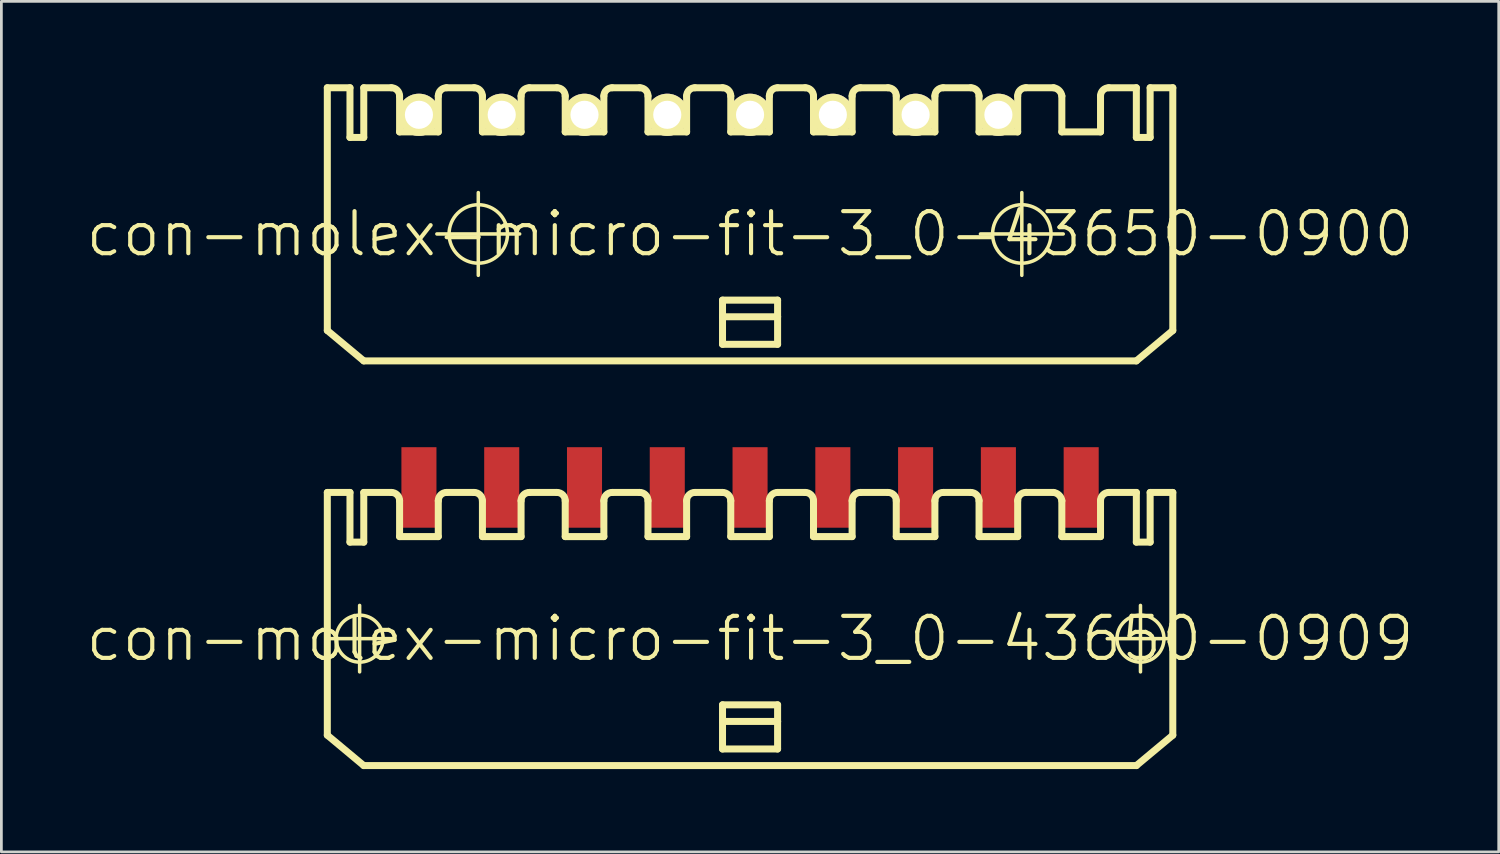
<source format=kicad_pcb>
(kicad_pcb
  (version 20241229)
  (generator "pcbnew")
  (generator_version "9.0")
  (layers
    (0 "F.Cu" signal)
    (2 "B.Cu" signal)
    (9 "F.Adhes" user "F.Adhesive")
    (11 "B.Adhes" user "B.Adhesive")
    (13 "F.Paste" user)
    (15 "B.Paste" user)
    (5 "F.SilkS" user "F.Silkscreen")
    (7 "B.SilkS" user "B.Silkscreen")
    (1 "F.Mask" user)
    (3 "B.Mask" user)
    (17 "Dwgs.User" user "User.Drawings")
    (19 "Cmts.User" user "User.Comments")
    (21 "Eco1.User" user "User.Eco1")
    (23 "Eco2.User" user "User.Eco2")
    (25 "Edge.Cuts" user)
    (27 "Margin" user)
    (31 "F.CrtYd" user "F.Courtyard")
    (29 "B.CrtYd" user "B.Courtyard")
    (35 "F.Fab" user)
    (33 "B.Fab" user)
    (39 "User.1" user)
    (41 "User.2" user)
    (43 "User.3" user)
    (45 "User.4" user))
  (footprint "con-molex-micro-fit-3_0-43650-0909"
    (layer "F.Cu")
    (at 24.13 20.093)
    (property "Reference" "con-molex-micro-fit-3_0-43650-0909" (at 0 0 0) (layer "F.SilkS") (effects (font (size 1.524 1.524) (thickness 0.15))))
    (attr smd)
    (fp_line (start -15.354 0) (end -12.944 0) (stroke (width 0.127) (type solid)) (layer "F.SilkS"))
    (fp_line (start -15.319 -5.298) (end -14.498 -5.298) (stroke (width 0.254) (type solid)) (layer "F.SilkS"))
    (fp_line (start -15.319 3.498) (end -15.319 -5.298) (stroke (width 0.254) (type solid)) (layer "F.SilkS"))
    (fp_line (start -15.319 3.498) (end -13.998 4.6) (stroke (width 0.254) (type solid)) (layer "F.SilkS"))
    (fp_line (start -14.498 -5.298) (end -14.498 -3.498) (stroke (width 0.254) (type solid)) (layer "F.SilkS"))
    (fp_line (start -14.498 -3.498) (end -13.998 -3.498) (stroke (width 0.254) (type solid)) (layer "F.SilkS"))
    (fp_line (start -14.148 1.204) (end -14.148 -1.204) (stroke (width 0.127) (type solid)) (layer "F.SilkS"))
    (fp_line (start -13.998 -5.298) (end -13 -5.298) (stroke (width 0.254) (type solid)) (layer "F.SilkS"))
    (fp_line (start -13.998 -3.498) (end -13.998 -5.298) (stroke (width 0.254) (type solid)) (layer "F.SilkS"))
    (fp_line (start -12.7 -3.698) (end -12.7 -4.999) (stroke (width 0.254) (type solid)) (layer "F.SilkS"))
    (fp_line (start -12.7 -3.698) (end -11.298 -3.698) (stroke (width 0.254) (type solid)) (layer "F.SilkS"))
    (fp_line (start -11.298 -3.698) (end -11.298 -4.999) (stroke (width 0.254) (type solid)) (layer "F.SilkS"))
    (fp_line (start -10.998 -5.298) (end -10 -5.298) (stroke (width 0.254) (type solid)) (layer "F.SilkS"))
    (fp_line (start -9.698 -3.698) (end -9.698 -4.999) (stroke (width 0.254) (type solid)) (layer "F.SilkS"))
    (fp_line (start -9.698 -3.698) (end -8.298 -3.698) (stroke (width 0.254) (type solid)) (layer "F.SilkS"))
    (fp_line (start -8.298 -3.698) (end -8.298 -4.999) (stroke (width 0.254) (type solid)) (layer "F.SilkS"))
    (fp_line (start -7.998 -5.298) (end -6.998 -5.298) (stroke (width 0.254) (type solid)) (layer "F.SilkS"))
    (fp_line (start -6.698 -3.698) (end -6.698 -4.999) (stroke (width 0.254) (type solid)) (layer "F.SilkS"))
    (fp_line (start -6.698 -3.698) (end -5.298 -3.698) (stroke (width 0.254) (type solid)) (layer "F.SilkS"))
    (fp_line (start -5.298 -3.698) (end -5.298 -4.999) (stroke (width 0.254) (type solid)) (layer "F.SilkS"))
    (fp_line (start -4.999 -5.298) (end -3.998 -5.298) (stroke (width 0.254) (type solid)) (layer "F.SilkS"))
    (fp_line (start -3.698 -3.698) (end -3.698 -4.999) (stroke (width 0.254) (type solid)) (layer "F.SilkS"))
    (fp_line (start -3.698 -3.698) (end -2.299 -3.698) (stroke (width 0.254) (type solid)) (layer "F.SilkS"))
    (fp_line (start -2.299 -3.698) (end -2.299 -4.999) (stroke (width 0.254) (type solid)) (layer "F.SilkS"))
    (fp_line (start -1.999 -5.298) (end -0.998 -5.298) (stroke (width 0.254) (type solid)) (layer "F.SilkS"))
    (fp_line (start -0.998 2.398) (end 0.998 2.398) (stroke (width 0.254) (type solid)) (layer "F.SilkS"))
    (fp_line (start -0.998 3) (end -0.998 2.398) (stroke (width 0.254) (type solid)) (layer "F.SilkS"))
    (fp_line (start -0.998 3) (end 0.998 3) (stroke (width 0.254) (type solid)) (layer "F.SilkS"))
    (fp_line (start -0.998 3.998) (end -0.998 3) (stroke (width 0.254) (type solid)) (layer "F.SilkS"))
    (fp_line (start -0.699 -3.698) (end -0.699 -4.999) (stroke (width 0.254) (type solid)) (layer "F.SilkS"))
    (fp_line (start -0.699 -3.698) (end 0.699 -3.698) (stroke (width 0.254) (type solid)) (layer "F.SilkS"))
    (fp_line (start 0.699 -3.698) (end 0.699 -4.999) (stroke (width 0.254) (type solid)) (layer "F.SilkS"))
    (fp_line (start 0.998 -5.298) (end 1.999 -5.298) (stroke (width 0.254) (type solid)) (layer "F.SilkS"))
    (fp_line (start 0.998 2.398) (end 0.998 3) (stroke (width 0.254) (type solid)) (layer "F.SilkS"))
    (fp_line (start 0.998 3) (end 0.998 3.998) (stroke (width 0.254) (type solid)) (layer "F.SilkS"))
    (fp_line (start 0.998 3.998) (end -0.998 3.998) (stroke (width 0.254) (type solid)) (layer "F.SilkS"))
    (fp_line (start 2.299 -3.698) (end 2.299 -4.999) (stroke (width 0.254) (type solid)) (layer "F.SilkS"))
    (fp_line (start 2.299 -3.698) (end 3.698 -3.698) (stroke (width 0.254) (type solid)) (layer "F.SilkS"))
    (fp_line (start 3.698 -3.698) (end 3.698 -4.999) (stroke (width 0.254) (type solid)) (layer "F.SilkS"))
    (fp_line (start 3.998 -5.298) (end 4.999 -5.298) (stroke (width 0.254) (type solid)) (layer "F.SilkS"))
    (fp_line (start 5.298 -3.698) (end 5.298 -4.999) (stroke (width 0.254) (type solid)) (layer "F.SilkS"))
    (fp_line (start 5.298 -3.698) (end 6.698 -3.698) (stroke (width 0.254) (type solid)) (layer "F.SilkS"))
    (fp_line (start 6.698 -3.698) (end 6.698 -4.999) (stroke (width 0.254) (type solid)) (layer "F.SilkS"))
    (fp_line (start 6.998 -5.298) (end 7.998 -5.298) (stroke (width 0.254) (type solid)) (layer "F.SilkS"))
    (fp_line (start 8.298 -3.698) (end 8.298 -4.999) (stroke (width 0.254) (type solid)) (layer "F.SilkS"))
    (fp_line (start 8.298 -3.698) (end 9.698 -3.698) (stroke (width 0.254) (type solid)) (layer "F.SilkS"))
    (fp_line (start 9.698 -3.698) (end 9.698 -4.999) (stroke (width 0.254) (type solid)) (layer "F.SilkS"))
    (fp_line (start 10 -5.298) (end 10.998 -5.298) (stroke (width 0.254) (type solid)) (layer "F.SilkS"))
    (fp_line (start 11.298 -4.999) (end 11.298 -3.698) (stroke (width 0.254) (type solid)) (layer "F.SilkS"))
    (fp_line (start 11.298 -3.698) (end 12.7 -3.698) (stroke (width 0.254) (type solid)) (layer "F.SilkS"))
    (fp_line (start 12.7 -3.698) (end 12.7 -4.999) (stroke (width 0.254) (type solid)) (layer "F.SilkS"))
    (fp_line (start 12.944 0) (end 15.354 0) (stroke (width 0.127) (type solid)) (layer "F.SilkS"))
    (fp_line (start 13 -5.298) (end 13.998 -5.298) (stroke (width 0.254) (type solid)) (layer "F.SilkS"))
    (fp_line (start 13.998 -3.498) (end 13.998 -5.298) (stroke (width 0.254) (type solid)) (layer "F.SilkS"))
    (fp_line (start 13.998 4.6) (end -13.998 4.6) (stroke (width 0.254) (type solid)) (layer "F.SilkS"))
    (fp_line (start 14.148 1.204) (end 14.148 -1.204) (stroke (width 0.127) (type solid)) (layer "F.SilkS"))
    (fp_line (start 14.498 -5.298) (end 14.498 -3.498) (stroke (width 0.254) (type solid)) (layer "F.SilkS"))
    (fp_line (start 14.498 -5.298) (end 15.319 -5.298) (stroke (width 0.254) (type solid)) (layer "F.SilkS"))
    (fp_line (start 14.498 -3.498) (end 13.998 -3.498) (stroke (width 0.254) (type solid)) (layer "F.SilkS"))
    (fp_line (start 15.319 -5.298) (end 15.319 3.498) (stroke (width 0.254) (type solid)) (layer "F.SilkS"))
    (fp_line (start 15.319 3.498) (end 13.998 4.6) (stroke (width 0.254) (type solid)) (layer "F.SilkS"))
    (fp_arc (start -12.99972 -5.29844) (mid -12.787786 -5.210654) (end -12.7 -4.99872) (stroke (width 0.254) (type solid)) (layer "F.SilkS"))
    (fp_arc (start -11.29792 -4.99872) (mid -11.210134 -5.210654) (end -10.9982 -5.29844) (stroke (width 0.254) (type solid)) (layer "F.SilkS"))
    (fp_arc (start -9.99998 -5.29844) (mid -9.788046 -5.210654) (end -9.70026 -4.99872) (stroke (width 0.254) (type solid)) (layer "F.SilkS"))
    (fp_arc (start -8.29818 -4.99872) (mid -8.210394 -5.210654) (end -7.99846 -5.29844) (stroke (width 0.254) (type solid)) (layer "F.SilkS"))
    (fp_arc (start -6.9977 -5.29844) (mid -6.785766 -5.210654) (end -6.69798 -4.99872) (stroke (width 0.254) (type solid)) (layer "F.SilkS"))
    (fp_arc (start -5.29844 -4.99872) (mid -5.210654 -5.210654) (end -4.99872 -5.29844) (stroke (width 0.254) (type solid)) (layer "F.SilkS"))
    (fp_arc (start -3.99796 -5.29844) (mid -3.786026 -5.210654) (end -3.69824 -4.99872) (stroke (width 0.254) (type solid)) (layer "F.SilkS"))
    (fp_arc (start -2.2987 -4.99872) (mid -2.210914 -5.210654) (end -1.99898 -5.29844) (stroke (width 0.254) (type solid)) (layer "F.SilkS"))
    (fp_arc (start -0.99822 -5.29844) (mid -0.786286 -5.210654) (end -0.6985 -4.99872) (stroke (width 0.254) (type solid)) (layer "F.SilkS"))
    (fp_arc (start 0.6985 -4.99872) (mid 0.786286 -5.210654) (end 0.99822 -5.29844) (stroke (width 0.254) (type solid)) (layer "F.SilkS"))
    (fp_arc (start 1.99898 -5.29844) (mid 2.210914 -5.210654) (end 2.2987 -4.99872) (stroke (width 0.254) (type solid)) (layer "F.SilkS"))
    (fp_arc (start 3.69824 -4.99872) (mid 3.786026 -5.210654) (end 3.99796 -5.29844) (stroke (width 0.254) (type solid)) (layer "F.SilkS"))
    (fp_arc (start 4.99872 -5.29844) (mid 5.210654 -5.210654) (end 5.29844 -4.99872) (stroke (width 0.254) (type solid)) (layer "F.SilkS"))
    (fp_arc (start 6.69798 -4.99872) (mid 6.785766 -5.210654) (end 6.9977 -5.29844) (stroke (width 0.254) (type solid)) (layer "F.SilkS"))
    (fp_arc (start 7.99846 -5.29844) (mid 8.210394 -5.210654) (end 8.29818 -4.99872) (stroke (width 0.254) (type solid)) (layer "F.SilkS"))
    (fp_arc (start 9.69772 -4.99872) (mid 9.78625 -5.21245) (end 9.99998 -5.30098) (stroke (width 0.254) (type solid)) (layer "F.SilkS"))
    (fp_arc (start 10.9982 -5.29844) (mid 11.198773 -5.199466) (end 11.299916 -4.999979) (stroke (width 0.254) (type solid)) (layer "F.SilkS"))
    (fp_arc (start 12.7 -4.99872) (mid 12.787786 -5.210654) (end 12.99972 -5.29844) (stroke (width 0.254) (type solid)) (layer "F.SilkS"))
    (fp_circle (center -14.148 0) (end -14.75 0.602) (stroke (width 0.127) (type solid)) (fill no) (layer "F.SilkS"))
    (fp_circle (center 14.148 0) (end 14.75 0.602) (stroke (width 0.127) (type solid)) (fill no) (layer "F.SilkS"))
    (pad "P$1" smd rect (at 11.999 -5.479) (size 1.27 2.918) (layers "F.Cu" "F.Mask" "F.Paste"))
    (pad "P$2" smd rect (at 8.999 -5.479) (size 1.27 2.918) (layers "F.Cu" "F.Mask" "F.Paste"))
    (pad "P$3" smd rect (at 5.999 -5.479) (size 1.27 2.918) (layers "F.Cu" "F.Mask" "F.Paste"))
    (pad "P$4" smd rect (at 3 -5.479) (size 1.27 2.918) (layers "F.Cu" "F.Mask" "F.Paste"))
    (pad "P$5" smd rect (at 0 -5.479) (size 1.27 2.918) (layers "F.Cu" "F.Mask" "F.Paste"))
    (pad "P$6" smd rect (at -3 -5.479) (size 1.27 2.918) (layers "F.Cu" "F.Mask" "F.Paste"))
    (pad "P$7" smd rect (at -5.999 -5.479) (size 1.27 2.918) (layers "F.Cu" "F.Mask" "F.Paste"))
    (pad "P$8" smd rect (at -8.999 -5.479) (size 1.27 2.918) (layers "F.Cu" "F.Mask" "F.Paste"))
    (pad "P$9" smd rect (at -11.999 -5.479) (size 1.27 2.918) (layers "F.Cu" "F.Mask" "F.Paste")))
  (footprint "con-molex-micro-fit-3_0-43650-0900"
    (layer "F.Cu")
    (at 24.13 5.428)
    (property "Reference" "con-molex-micro-fit-3_0-43650-0900" (at 0 0 0) (layer "F.SilkS") (effects (font (size 1.524 1.524) (thickness 0.15))))
    (attr exclude_from_pos_files exclude_from_bom)
    (fp_line (start -15.319 -5.298) (end -14.498 -5.298) (stroke (width 0.254) (type solid)) (layer "F.SilkS"))
    (fp_line (start -15.319 3.498) (end -15.319 -5.298) (stroke (width 0.254) (type solid)) (layer "F.SilkS"))
    (fp_line (start -15.319 3.498) (end -13.998 4.6) (stroke (width 0.254) (type solid)) (layer "F.SilkS"))
    (fp_line (start -14.498 -5.298) (end -14.498 -3.498) (stroke (width 0.254) (type solid)) (layer "F.SilkS"))
    (fp_line (start -14.498 -3.498) (end -13.998 -3.498) (stroke (width 0.254) (type solid)) (layer "F.SilkS"))
    (fp_line (start -13.998 -5.298) (end -13 -5.298) (stroke (width 0.254) (type solid)) (layer "F.SilkS"))
    (fp_line (start -13.998 -3.498) (end -13.998 -5.298) (stroke (width 0.254) (type solid)) (layer "F.SilkS"))
    (fp_line (start -12.7 -3.698) (end -12.7 -4.999) (stroke (width 0.254) (type solid)) (layer "F.SilkS"))
    (fp_line (start -12.7 -3.698) (end -11.298 -3.698) (stroke (width 0.254) (type solid)) (layer "F.SilkS"))
    (fp_line (start -11.349 0) (end -8.349 0) (stroke (width 0.127) (type solid)) (layer "F.SilkS"))
    (fp_line (start -11.298 -3.698) (end -11.298 -4.999) (stroke (width 0.254) (type solid)) (layer "F.SilkS"))
    (fp_line (start -10.998 -5.298) (end -10 -5.298) (stroke (width 0.254) (type solid)) (layer "F.SilkS"))
    (fp_line (start -9.848 1.499) (end -9.848 -1.499) (stroke (width 0.127) (type solid)) (layer "F.SilkS"))
    (fp_line (start -9.698 -3.698) (end -9.698 -4.999) (stroke (width 0.254) (type solid)) (layer "F.SilkS"))
    (fp_line (start -9.698 -3.698) (end -8.298 -3.698) (stroke (width 0.254) (type solid)) (layer "F.SilkS"))
    (fp_line (start -8.298 -3.698) (end -8.298 -4.999) (stroke (width 0.254) (type solid)) (layer "F.SilkS"))
    (fp_line (start -7.998 -5.298) (end -6.998 -5.298) (stroke (width 0.254) (type solid)) (layer "F.SilkS"))
    (fp_line (start -6.698 -3.698) (end -6.698 -4.999) (stroke (width 0.254) (type solid)) (layer "F.SilkS"))
    (fp_line (start -6.698 -3.698) (end -5.298 -3.698) (stroke (width 0.254) (type solid)) (layer "F.SilkS"))
    (fp_line (start -5.298 -3.698) (end -5.298 -4.999) (stroke (width 0.254) (type solid)) (layer "F.SilkS"))
    (fp_line (start -4.999 -5.298) (end -3.998 -5.298) (stroke (width 0.254) (type solid)) (layer "F.SilkS"))
    (fp_line (start -3.698 -3.698) (end -3.698 -4.999) (stroke (width 0.254) (type solid)) (layer "F.SilkS"))
    (fp_line (start -3.698 -3.698) (end -2.299 -3.698) (stroke (width 0.254) (type solid)) (layer "F.SilkS"))
    (fp_line (start -2.299 -3.698) (end -2.299 -4.999) (stroke (width 0.254) (type solid)) (layer "F.SilkS"))
    (fp_line (start -1.999 -5.298) (end -0.998 -5.298) (stroke (width 0.254) (type solid)) (layer "F.SilkS"))
    (fp_line (start -0.998 2.398) (end 0.998 2.398) (stroke (width 0.254) (type solid)) (layer "F.SilkS"))
    (fp_line (start -0.998 3) (end -0.998 2.398) (stroke (width 0.254) (type solid)) (layer "F.SilkS"))
    (fp_line (start -0.998 3) (end 0.998 3) (stroke (width 0.254) (type solid)) (layer "F.SilkS"))
    (fp_line (start -0.998 3.998) (end -0.998 3) (stroke (width 0.254) (type solid)) (layer "F.SilkS"))
    (fp_line (start -0.699 -3.698) (end -0.699 -4.999) (stroke (width 0.254) (type solid)) (layer "F.SilkS"))
    (fp_line (start -0.699 -3.698) (end 0.699 -3.698) (stroke (width 0.254) (type solid)) (layer "F.SilkS"))
    (fp_line (start 0.699 -3.698) (end 0.699 -4.999) (stroke (width 0.254) (type solid)) (layer "F.SilkS"))
    (fp_line (start 0.998 -5.298) (end 1.999 -5.298) (stroke (width 0.254) (type solid)) (layer "F.SilkS"))
    (fp_line (start 0.998 2.398) (end 0.998 3) (stroke (width 0.254) (type solid)) (layer "F.SilkS"))
    (fp_line (start 0.998 3) (end 0.998 3.998) (stroke (width 0.254) (type solid)) (layer "F.SilkS"))
    (fp_line (start 0.998 3.998) (end -0.998 3.998) (stroke (width 0.254) (type solid)) (layer "F.SilkS"))
    (fp_line (start 2.299 -3.698) (end 2.299 -4.999) (stroke (width 0.254) (type solid)) (layer "F.SilkS"))
    (fp_line (start 2.299 -3.698) (end 3.698 -3.698) (stroke (width 0.254) (type solid)) (layer "F.SilkS"))
    (fp_line (start 3.698 -3.698) (end 3.698 -4.999) (stroke (width 0.254) (type solid)) (layer "F.SilkS"))
    (fp_line (start 3.998 -5.298) (end 4.999 -5.298) (stroke (width 0.254) (type solid)) (layer "F.SilkS"))
    (fp_line (start 5.298 -3.698) (end 5.298 -4.999) (stroke (width 0.254) (type solid)) (layer "F.SilkS"))
    (fp_line (start 5.298 -3.698) (end 6.698 -3.698) (stroke (width 0.254) (type solid)) (layer "F.SilkS"))
    (fp_line (start 6.698 -3.698) (end 6.698 -4.999) (stroke (width 0.254) (type solid)) (layer "F.SilkS"))
    (fp_line (start 6.998 -5.298) (end 7.998 -5.298) (stroke (width 0.254) (type solid)) (layer "F.SilkS"))
    (fp_line (start 8.298 -3.698) (end 8.298 -4.999) (stroke (width 0.254) (type solid)) (layer "F.SilkS"))
    (fp_line (start 8.298 -3.698) (end 9.698 -3.698) (stroke (width 0.254) (type solid)) (layer "F.SilkS"))
    (fp_line (start 8.349 0) (end 11.349 0) (stroke (width 0.127) (type solid)) (layer "F.SilkS"))
    (fp_line (start 9.698 -3.698) (end 9.698 -4.999) (stroke (width 0.254) (type solid)) (layer "F.SilkS"))
    (fp_line (start 9.848 1.499) (end 9.848 -1.499) (stroke (width 0.127) (type solid)) (layer "F.SilkS"))
    (fp_line (start 10 -5.298) (end 10.998 -5.298) (stroke (width 0.254) (type solid)) (layer "F.SilkS"))
    (fp_line (start 11.298 -4.999) (end 11.298 -3.698) (stroke (width 0.254) (type solid)) (layer "F.SilkS"))
    (fp_line (start 11.298 -3.698) (end 12.7 -3.698) (stroke (width 0.254) (type solid)) (layer "F.SilkS"))
    (fp_line (start 12.7 -3.698) (end 12.7 -4.999) (stroke (width 0.254) (type solid)) (layer "F.SilkS"))
    (fp_line (start 13 -5.298) (end 13.998 -5.298) (stroke (width 0.254) (type solid)) (layer "F.SilkS"))
    (fp_line (start 13.998 -3.498) (end 13.998 -5.298) (stroke (width 0.254) (type solid)) (layer "F.SilkS"))
    (fp_line (start 13.998 4.6) (end -13.998 4.6) (stroke (width 0.254) (type solid)) (layer "F.SilkS"))
    (fp_line (start 14.498 -5.298) (end 14.498 -3.498) (stroke (width 0.254) (type solid)) (layer "F.SilkS"))
    (fp_line (start 14.498 -5.298) (end 15.319 -5.298) (stroke (width 0.254) (type solid)) (layer "F.SilkS"))
    (fp_line (start 14.498 -3.498) (end 13.998 -3.498) (stroke (width 0.254) (type solid)) (layer "F.SilkS"))
    (fp_line (start 15.319 -5.298) (end 15.319 3.498) (stroke (width 0.254) (type solid)) (layer "F.SilkS"))
    (fp_line (start 15.319 3.498) (end 13.998 4.6) (stroke (width 0.254) (type solid)) (layer "F.SilkS"))
    (fp_arc (start -12.99972 -5.29844) (mid -12.787786 -5.210654) (end -12.7 -4.99872) (stroke (width 0.254) (type solid)) (layer "F.SilkS"))
    (fp_arc (start -11.29792 -4.99872) (mid -11.210134 -5.210654) (end -10.9982 -5.29844) (stroke (width 0.254) (type solid)) (layer "F.SilkS"))
    (fp_arc (start -9.99998 -5.29844) (mid -9.788046 -5.210654) (end -9.70026 -4.99872) (stroke (width 0.254) (type solid)) (layer "F.SilkS"))
    (fp_arc (start -8.29818 -4.99872) (mid -8.210394 -5.210654) (end -7.99846 -5.29844) (stroke (width 0.254) (type solid)) (layer "F.SilkS"))
    (fp_arc (start -6.9977 -5.29844) (mid -6.785766 -5.210654) (end -6.69798 -4.99872) (stroke (width 0.254) (type solid)) (layer "F.SilkS"))
    (fp_arc (start -5.29844 -4.99872) (mid -5.210654 -5.210654) (end -4.99872 -5.29844) (stroke (width 0.254) (type solid)) (layer "F.SilkS"))
    (fp_arc (start -3.99796 -5.29844) (mid -3.786026 -5.210654) (end -3.69824 -4.99872) (stroke (width 0.254) (type solid)) (layer "F.SilkS"))
    (fp_arc (start -2.2987 -4.99872) (mid -2.210914 -5.210654) (end -1.99898 -5.29844) (stroke (width 0.254) (type solid)) (layer "F.SilkS"))
    (fp_arc (start -0.99822 -5.29844) (mid -0.786286 -5.210654) (end -0.6985 -4.99872) (stroke (width 0.254) (type solid)) (layer "F.SilkS"))
    (fp_arc (start 0.6985 -4.99872) (mid 0.786286 -5.210654) (end 0.99822 -5.29844) (stroke (width 0.254) (type solid)) (layer "F.SilkS"))
    (fp_arc (start 1.99898 -5.29844) (mid 2.210914 -5.210654) (end 2.2987 -4.99872) (stroke (width 0.254) (type solid)) (layer "F.SilkS"))
    (fp_arc (start 3.69824 -4.99872) (mid 3.786026 -5.210654) (end 3.99796 -5.29844) (stroke (width 0.254) (type solid)) (layer "F.SilkS"))
    (fp_arc (start 4.99872 -5.29844) (mid 5.210654 -5.210654) (end 5.29844 -4.99872) (stroke (width 0.254) (type solid)) (layer "F.SilkS"))
    (fp_arc (start 6.69798 -4.99872) (mid 6.785766 -5.210654) (end 6.9977 -5.29844) (stroke (width 0.254) (type solid)) (layer "F.SilkS"))
    (fp_arc (start 7.99846 -5.29844) (mid 8.210394 -5.210654) (end 8.29818 -4.99872) (stroke (width 0.254) (type solid)) (layer "F.SilkS"))
    (fp_arc (start 9.69772 -4.99872) (mid 9.78625 -5.21245) (end 9.99998 -5.30098) (stroke (width 0.254) (type solid)) (layer "F.SilkS"))
    (fp_arc (start 10.9982 -5.29844) (mid 11.198773 -5.199466) (end 11.299916 -4.999979) (stroke (width 0.254) (type solid)) (layer "F.SilkS"))
    (fp_arc (start 12.7 -4.99872) (mid 12.787786 -5.210654) (end 12.99972 -5.29844) (stroke (width 0.254) (type solid)) (layer "F.SilkS"))
    (fp_circle (center -9.848 0) (end -10.597 0.749) (stroke (width 0.127) (type solid)) (fill no) (layer "F.SilkS"))
    (fp_circle (center 9.848 0) (end 10.597 0.749) (stroke (width 0.127) (type solid)) (fill no) (layer "F.SilkS"))
    (pad "P$1" thru_hole rect (at 11.999 -4.318) (size 0.001 0.001) (drill 1.019) (layers "*.Cu" "F.Mask" "F.SilkS" "F.Paste"))
    (pad "P$2" thru_hole circle (at 8.999 -4.318) (size 1.529 1.529) (drill 1.019) (layers "*.Cu" "F.Mask" "F.SilkS" "F.Paste"))
    (pad "P$3" thru_hole circle (at 5.999 -4.318) (size 1.529 1.529) (drill 1.019) (layers "*.Cu" "F.Mask" "F.SilkS" "F.Paste"))
    (pad "P$4" thru_hole circle (at 3 -4.318) (size 1.529 1.529) (drill 1.019) (layers "*.Cu" "F.Mask" "F.SilkS" "F.Paste"))
    (pad "P$5" thru_hole circle (at 0 -4.318) (size 1.529 1.529) (drill 1.019) (layers "*.Cu" "F.Mask" "F.SilkS" "F.Paste"))
    (pad "P$6" thru_hole circle (at -3 -4.318) (size 1.529 1.529) (drill 1.019) (layers "*.Cu" "F.Mask" "F.SilkS" "F.Paste"))
    (pad "P$7" thru_hole circle (at -5.999 -4.318) (size 1.529 1.529) (drill 1.019) (layers "*.Cu" "F.Mask" "F.SilkS" "F.Paste"))
    (pad "P$8" thru_hole circle (at -8.999 -4.318) (size 1.529 1.529) (drill 1.019) (layers "*.Cu" "F.Mask" "F.SilkS" "F.Paste"))
    (pad "P$9" thru_hole circle (at -11.999 -4.318) (size 1.529 1.529) (drill 1.019) (layers "*.Cu" "F.Mask" "F.SilkS" "F.Paste")))
  (gr_rect
    (start -3 -3)
    (end 51.26 27.82)
    (stroke (width 0.1) (type default))
    (fill no)
    (layer "Edge.Cuts")))
</source>
